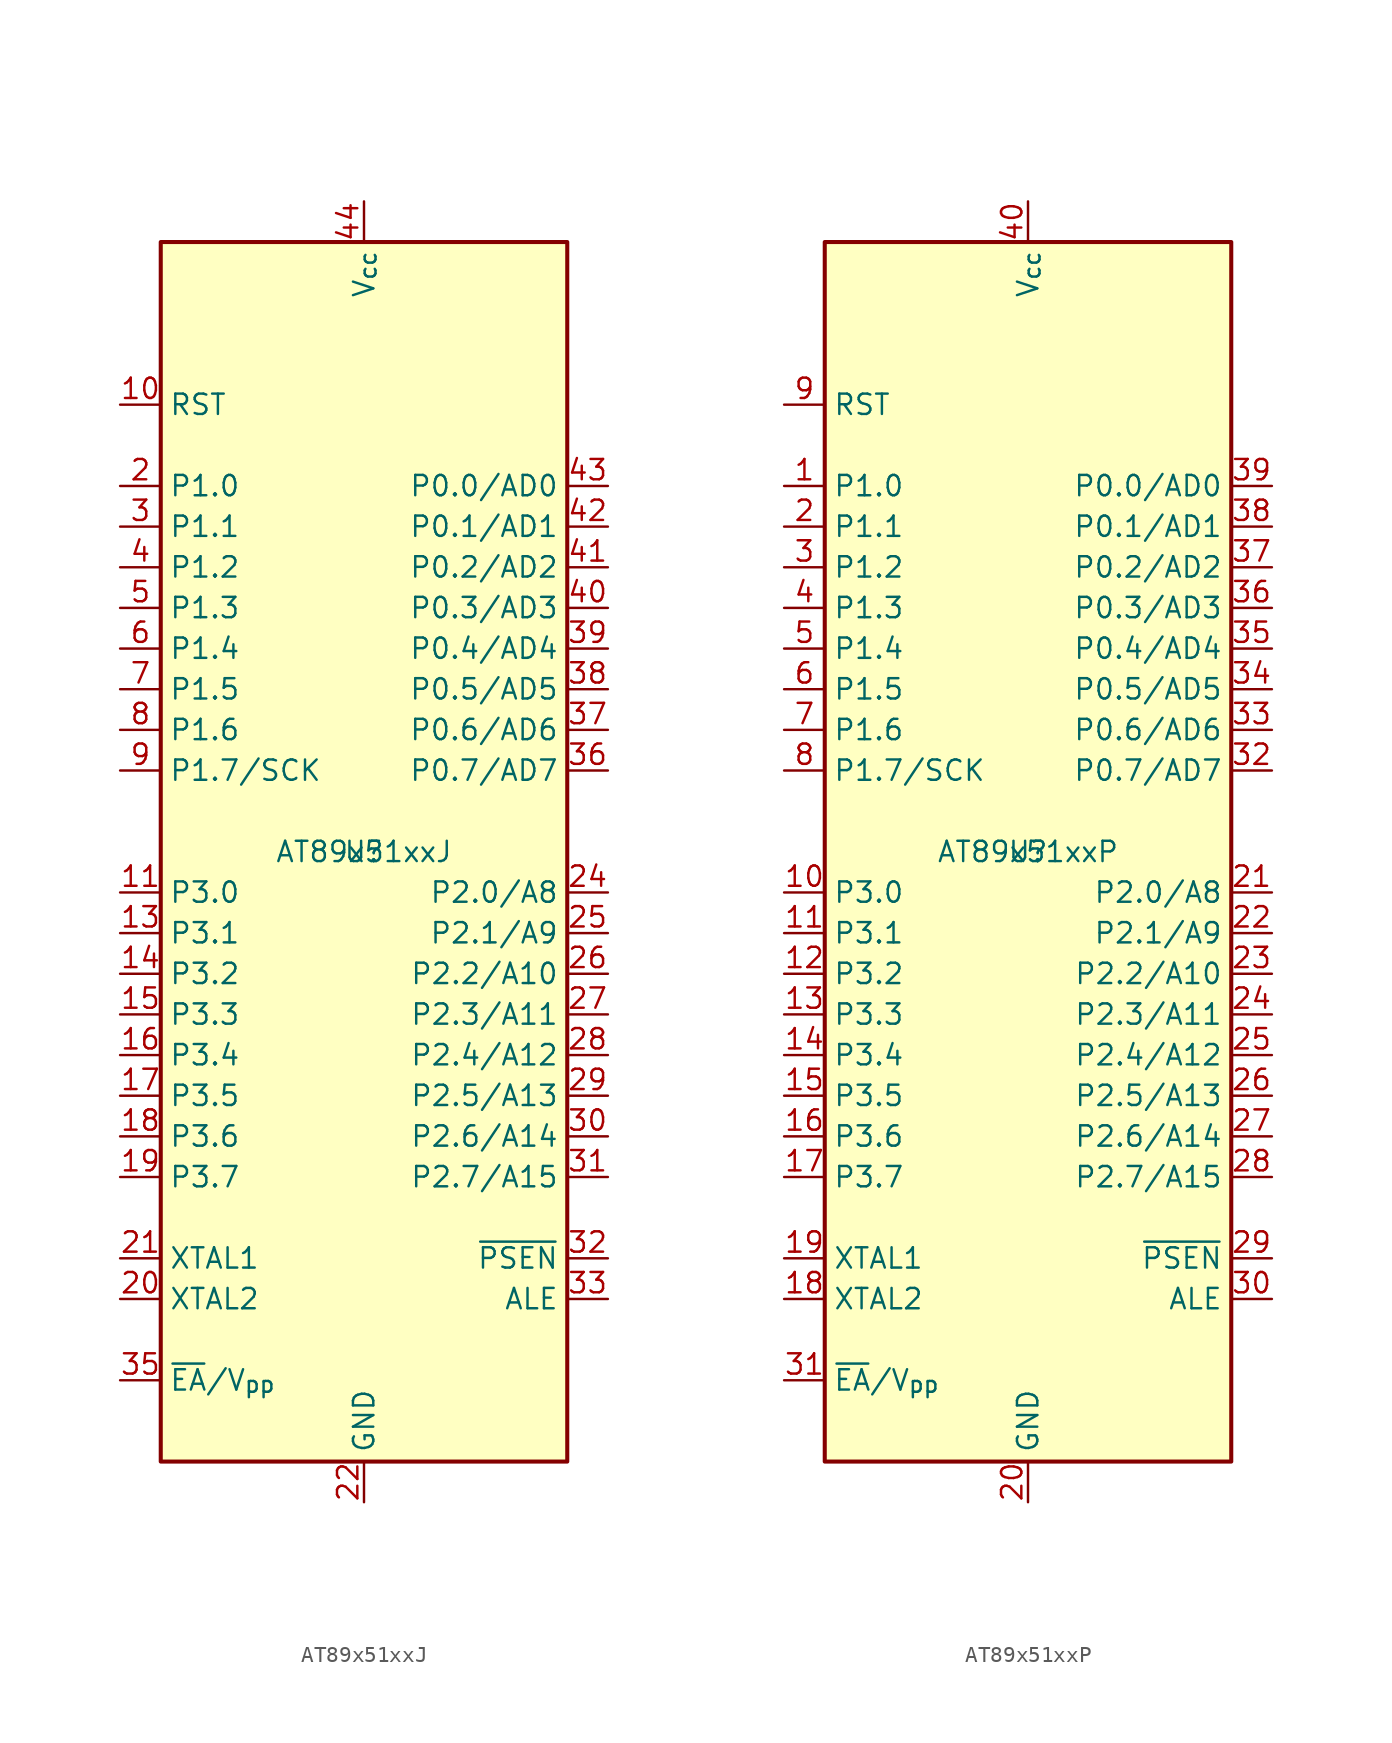
<source format=kicad_sym>
(kicad_symbol_lib
  (version 20231120)
  (generator "kicad_symbol_editor")
  (generator_version "8.0")
  (symbol "AT89x51xxJ"
    (property "Reference" "U"
      (at 0 0 0)
      (effects (font (size 1.27 1.27))))
    (property "Value" "AT89x51xxJ"
      (at 0 0 0)
      (effects (font (size 1.27 1.27))))
    (symbol "AT89x51xxJ_1_0"
      (pin bidirectional line (at -15.24 17.78 0) (length 2.54) (name "P1.2" (effects (font (size 1.27 1.27)))) (number "4" (effects (font (size 1.27 1.27))))))
    (symbol "AT89x51xxJ_1_1"
      (polyline (pts (xy -12.7 38.1) (xy 12.7 38.1) (xy 12.7 -38.1) (xy -12.7 -38.1) (xy -12.7 38.1)) (stroke (width 0.254) (type default)) (fill (type background)))
      (pin no_connect line (at 12.7 35.56 180) (length 2.54) hide (name "NC" (effects (font (size 1.27 1.27)))) (number "1" (effects (font (size 1.27 1.27)))))
      (pin input line (at -15.24 27.94 0) (length 2.54) (name "RST" (effects (font (size 1.27 1.27)))) (number "10" (effects (font (size 1.27 1.27)))))
      (pin bidirectional line (at -15.24 -2.54 0) (length 2.54) (name "P3.0" (effects (font (size 1.27 1.27)))) (number "11" (effects (font (size 1.27 1.27)))) (alternate "RXD" input line))
      (pin no_connect line (at 12.7 33.02 180) (length 2.54) hide (name "NC" (effects (font (size 1.27 1.27)))) (number "12" (effects (font (size 1.27 1.27)))))
      (pin bidirectional line (at -15.24 -5.08 0) (length 2.54) (name "P3.1" (effects (font (size 1.27 1.27)))) (number "13" (effects (font (size 1.27 1.27)))) (alternate "TXD" output line))
      (pin bidirectional line (at -15.24 -7.62 0) (length 2.54) (name "P3.2" (effects (font (size 1.27 1.27)))) (number "14" (effects (font (size 1.27 1.27)))) (alternate "~{INT0}" input line))
      (pin bidirectional line (at -15.24 -10.16 0) (length 2.54) (name "P3.3" (effects (font (size 1.27 1.27)))) (number "15" (effects (font (size 1.27 1.27)))) (alternate "~{INT1}" input line))
      (pin bidirectional line (at -15.24 -12.7 0) (length 2.54) (name "P3.4" (effects (font (size 1.27 1.27)))) (number "16" (effects (font (size 1.27 1.27)))) (alternate "T0" input line))
      (pin bidirectional line (at -15.24 -15.24 0) (length 2.54) (name "P3.5" (effects (font (size 1.27 1.27)))) (number "17" (effects (font (size 1.27 1.27)))) (alternate "T1" input line))
      (pin bidirectional line (at -15.24 -17.78 0) (length 2.54) (name "P3.6" (effects (font (size 1.27 1.27)))) (number "18" (effects (font (size 1.27 1.27)))) (alternate "~{WR}" output line))
      (pin bidirectional line (at -15.24 -20.32 0) (length 2.54) (name "P3.7" (effects (font (size 1.27 1.27)))) (number "19" (effects (font (size 1.27 1.27)))) (alternate "~{RD}" input line))
      (pin bidirectional line (at -15.24 22.86 0) (length 2.54) (name "P1.0" (effects (font (size 1.27 1.27)))) (number "2" (effects (font (size 1.27 1.27)))))
      (pin input line (at -15.24 -27.94 0) (length 2.54) (name "XTAL2" (effects (font (size 1.27 1.27)))) (number "20" (effects (font (size 1.27 1.27)))))
      (pin input line (at -15.24 -25.4 0) (length 2.54) (name "XTAL1" (effects (font (size 1.27 1.27)))) (number "21" (effects (font (size 1.27 1.27)))))
      (pin power_in line (at 0 -40.64 90) (length 2.54) (name "GND" (effects (font (size 1.27 1.27)))) (number "22" (effects (font (size 1.27 1.27)))))
      (pin no_connect line (at 12.7 30.48 180) (length 2.54) hide (name "NC" (effects (font (size 1.27 1.27)))) (number "23" (effects (font (size 1.27 1.27)))))
      (pin bidirectional line (at 15.24 -2.54 180) (length 2.54) (name "P2.0/A8" (effects (font (size 1.27 1.27)))) (number "24" (effects (font (size 1.27 1.27)))))
      (pin bidirectional line (at 15.24 -5.08 180) (length 2.54) (name "P2.1/A9" (effects (font (size 1.27 1.27)))) (number "25" (effects (font (size 1.27 1.27)))))
      (pin bidirectional line (at 15.24 -7.62 180) (length 2.54) (name "P2.2/A10" (effects (font (size 1.27 1.27)))) (number "26" (effects (font (size 1.27 1.27)))))
      (pin bidirectional line (at 15.24 -10.16 180) (length 2.54) (name "P2.3/A11" (effects (font (size 1.27 1.27)))) (number "27" (effects (font (size 1.27 1.27)))))
      (pin bidirectional line (at 15.24 -12.7 180) (length 2.54) (name "P2.4/A12" (effects (font (size 1.27 1.27)))) (number "28" (effects (font (size 1.27 1.27)))))
      (pin bidirectional line (at 15.24 -15.24 180) (length 2.54) (name "P2.5/A13" (effects (font (size 1.27 1.27)))) (number "29" (effects (font (size 1.27 1.27)))))
      (pin bidirectional line (at -15.24 20.32 0) (length 2.54) (name "P1.1" (effects (font (size 1.27 1.27)))) (number "3" (effects (font (size 1.27 1.27)))))
      (pin bidirectional line (at 15.24 -17.78 180) (length 2.54) (name "P2.6/A14" (effects (font (size 1.27 1.27)))) (number "30" (effects (font (size 1.27 1.27)))))
      (pin bidirectional line (at 15.24 -20.32 180) (length 2.54) (name "P2.7/A15" (effects (font (size 1.27 1.27)))) (number "31" (effects (font (size 1.27 1.27)))))
      (pin output line (at 15.24 -25.4 180) (length 2.54) (name "~{PSEN}" (effects (font (size 1.27 1.27)))) (number "32" (effects (font (size 1.27 1.27)))))
      (pin output line (at 15.24 -27.94 180) (length 2.54) (name "ALE" (effects (font (size 1.27 1.27)))) (number "33" (effects (font (size 1.27 1.27)))) (alternate "~{PROG}" input line))
      (pin no_connect line (at 12.7 27.94 180) (length 2.54) hide (name "NC" (effects (font (size 1.27 1.27)))) (number "34" (effects (font (size 1.27 1.27)))))
      (pin input line (at -15.24 -33.02 0) (length 2.54) (name "~{EA}/V_{pp}" (effects (font (size 1.27 1.27)))) (number "35" (effects (font (size 1.27 1.27)))))
      (pin bidirectional line (at 15.24 5.08 180) (length 2.54) (name "P0.7/AD7" (effects (font (size 1.27 1.27)))) (number "36" (effects (font (size 1.27 1.27)))))
      (pin bidirectional line (at 15.24 7.62 180) (length 2.54) (name "P0.6/AD6" (effects (font (size 1.27 1.27)))) (number "37" (effects (font (size 1.27 1.27)))))
      (pin bidirectional line (at 15.24 10.16 180) (length 2.54) (name "P0.5/AD5" (effects (font (size 1.27 1.27)))) (number "38" (effects (font (size 1.27 1.27)))))
      (pin bidirectional line (at 15.24 12.7 180) (length 2.54) (name "P0.4/AD4" (effects (font (size 1.27 1.27)))) (number "39" (effects (font (size 1.27 1.27)))))
      (pin bidirectional line (at 15.24 15.24 180) (length 2.54) (name "P0.3/AD3" (effects (font (size 1.27 1.27)))) (number "40" (effects (font (size 1.27 1.27)))))
      (pin bidirectional line (at 15.24 17.78 180) (length 2.54) (name "P0.2/AD2" (effects (font (size 1.27 1.27)))) (number "41" (effects (font (size 1.27 1.27)))))
      (pin bidirectional line (at 15.24 20.32 180) (length 2.54) (name "P0.1/AD1" (effects (font (size 1.27 1.27)))) (number "42" (effects (font (size 1.27 1.27)))))
      (pin bidirectional line (at 15.24 22.86 180) (length 2.54) (name "P0.0/AD0" (effects (font (size 1.27 1.27)))) (number "43" (effects (font (size 1.27 1.27)))))
      (pin power_in line (at 0 40.64 270) (length 2.54) (name "V_{cc}" (effects (font (size 1.27 1.27)))) (number "44" (effects (font (size 1.27 1.27)))))
      (pin bidirectional line (at -15.24 15.24 0) (length 2.54) (name "P1.3" (effects (font (size 1.27 1.27)))) (number "5" (effects (font (size 1.27 1.27)))))
      (pin bidirectional line (at -15.24 12.7 0) (length 2.54) (name "P1.4" (effects (font (size 1.27 1.27)))) (number "6" (effects (font (size 1.27 1.27)))))
      (pin bidirectional line (at -15.24 10.16 0) (length 2.54) (name "P1.5" (effects (font (size 1.27 1.27)))) (number "7" (effects (font (size 1.27 1.27)))) (alternate "MOSI" output line))
      (pin bidirectional line (at -15.24 7.62 0) (length 2.54) (name "P1.6" (effects (font (size 1.27 1.27)))) (number "8" (effects (font (size 1.27 1.27)))) (alternate "MISO" input line))
      (pin bidirectional line (at -15.24 5.08 0) (length 2.54) (name "P1.7/SCK" (effects (font (size 1.27 1.27)))) (number "9" (effects (font (size 1.27 1.27)))))))
  (symbol "AT89x51xxP"
    (property "Reference" "U"
      (at 0 0 0)
      (effects (font (size 1.27 1.27))))
    (property "Value" "AT89x51xxP"
      (at 0 0 0)
      (effects (font (size 1.27 1.27))))
    (symbol "AT89x51xxP_1_0"
      (pin bidirectional line (at -15.24 17.78 0) (length 2.54) (name "P1.2" (effects (font (size 1.27 1.27)))) (number "3" (effects (font (size 1.27 1.27))))))
    (symbol "AT89x51xxP_1_1"
      (polyline (pts (xy -12.7 38.1) (xy 12.7 38.1) (xy 12.7 -38.1) (xy -12.7 -38.1) (xy -12.7 38.1)) (stroke (width 0.254) (type default)) (fill (type background)))
      (pin bidirectional line (at -15.24 22.86 0) (length 2.54) (name "P1.0" (effects (font (size 1.27 1.27)))) (number "1" (effects (font (size 1.27 1.27)))))
      (pin bidirectional line (at -15.24 -2.54 0) (length 2.54) (name "P3.0" (effects (font (size 1.27 1.27)))) (number "10" (effects (font (size 1.27 1.27)))) (alternate "RXD" input line))
      (pin bidirectional line (at -15.24 -5.08 0) (length 2.54) (name "P3.1" (effects (font (size 1.27 1.27)))) (number "11" (effects (font (size 1.27 1.27)))) (alternate "TXD" output line))
      (pin bidirectional line (at -15.24 -7.62 0) (length 2.54) (name "P3.2" (effects (font (size 1.27 1.27)))) (number "12" (effects (font (size 1.27 1.27)))) (alternate "~{INT0}" input line))
      (pin bidirectional line (at -15.24 -10.16 0) (length 2.54) (name "P3.3" (effects (font (size 1.27 1.27)))) (number "13" (effects (font (size 1.27 1.27)))) (alternate "~{INT1}" input line))
      (pin bidirectional line (at -15.24 -12.7 0) (length 2.54) (name "P3.4" (effects (font (size 1.27 1.27)))) (number "14" (effects (font (size 1.27 1.27)))) (alternate "T0" input line))
      (pin bidirectional line (at -15.24 -15.24 0) (length 2.54) (name "P3.5" (effects (font (size 1.27 1.27)))) (number "15" (effects (font (size 1.27 1.27)))) (alternate "T1" input line))
      (pin bidirectional line (at -15.24 -17.78 0) (length 2.54) (name "P3.6" (effects (font (size 1.27 1.27)))) (number "16" (effects (font (size 1.27 1.27)))) (alternate "~{WR}" output line))
      (pin bidirectional line (at -15.24 -20.32 0) (length 2.54) (name "P3.7" (effects (font (size 1.27 1.27)))) (number "17" (effects (font (size 1.27 1.27)))) (alternate "~{RD}" input line))
      (pin input line (at -15.24 -27.94 0) (length 2.54) (name "XTAL2" (effects (font (size 1.27 1.27)))) (number "18" (effects (font (size 1.27 1.27)))))
      (pin input line (at -15.24 -25.4 0) (length 2.54) (name "XTAL1" (effects (font (size 1.27 1.27)))) (number "19" (effects (font (size 1.27 1.27)))))
      (pin bidirectional line (at -15.24 20.32 0) (length 2.54) (name "P1.1" (effects (font (size 1.27 1.27)))) (number "2" (effects (font (size 1.27 1.27)))))
      (pin power_in line (at 0 -40.64 90) (length 2.54) (name "GND" (effects (font (size 1.27 1.27)))) (number "20" (effects (font (size 1.27 1.27)))))
      (pin bidirectional line (at 15.24 -2.54 180) (length 2.54) (name "P2.0/A8" (effects (font (size 1.27 1.27)))) (number "21" (effects (font (size 1.27 1.27)))))
      (pin bidirectional line (at 15.24 -5.08 180) (length 2.54) (name "P2.1/A9" (effects (font (size 1.27 1.27)))) (number "22" (effects (font (size 1.27 1.27)))))
      (pin bidirectional line (at 15.24 -7.62 180) (length 2.54) (name "P2.2/A10" (effects (font (size 1.27 1.27)))) (number "23" (effects (font (size 1.27 1.27)))))
      (pin bidirectional line (at 15.24 -10.16 180) (length 2.54) (name "P2.3/A11" (effects (font (size 1.27 1.27)))) (number "24" (effects (font (size 1.27 1.27)))))
      (pin bidirectional line (at 15.24 -12.7 180) (length 2.54) (name "P2.4/A12" (effects (font (size 1.27 1.27)))) (number "25" (effects (font (size 1.27 1.27)))))
      (pin bidirectional line (at 15.24 -15.24 180) (length 2.54) (name "P2.5/A13" (effects (font (size 1.27 1.27)))) (number "26" (effects (font (size 1.27 1.27)))))
      (pin bidirectional line (at 15.24 -17.78 180) (length 2.54) (name "P2.6/A14" (effects (font (size 1.27 1.27)))) (number "27" (effects (font (size 1.27 1.27)))))
      (pin bidirectional line (at 15.24 -20.32 180) (length 2.54) (name "P2.7/A15" (effects (font (size 1.27 1.27)))) (number "28" (effects (font (size 1.27 1.27)))))
      (pin output line (at 15.24 -25.4 180) (length 2.54) (name "~{PSEN}" (effects (font (size 1.27 1.27)))) (number "29" (effects (font (size 1.27 1.27)))))
      (pin output line (at 15.24 -27.94 180) (length 2.54) (name "ALE" (effects (font (size 1.27 1.27)))) (number "30" (effects (font (size 1.27 1.27)))) (alternate "~{PROG}" input line))
      (pin input line (at -15.24 -33.02 0) (length 2.54) (name "~{EA}/V_{pp}" (effects (font (size 1.27 1.27)))) (number "31" (effects (font (size 1.27 1.27)))))
      (pin bidirectional line (at 15.24 5.08 180) (length 2.54) (name "P0.7/AD7" (effects (font (size 1.27 1.27)))) (number "32" (effects (font (size 1.27 1.27)))))
      (pin bidirectional line (at 15.24 7.62 180) (length 2.54) (name "P0.6/AD6" (effects (font (size 1.27 1.27)))) (number "33" (effects (font (size 1.27 1.27)))))
      (pin bidirectional line (at 15.24 10.16 180) (length 2.54) (name "P0.5/AD5" (effects (font (size 1.27 1.27)))) (number "34" (effects (font (size 1.27 1.27)))))
      (pin bidirectional line (at 15.24 12.7 180) (length 2.54) (name "P0.4/AD4" (effects (font (size 1.27 1.27)))) (number "35" (effects (font (size 1.27 1.27)))))
      (pin bidirectional line (at 15.24 15.24 180) (length 2.54) (name "P0.3/AD3" (effects (font (size 1.27 1.27)))) (number "36" (effects (font (size 1.27 1.27)))))
      (pin bidirectional line (at 15.24 17.78 180) (length 2.54) (name "P0.2/AD2" (effects (font (size 1.27 1.27)))) (number "37" (effects (font (size 1.27 1.27)))))
      (pin bidirectional line (at 15.24 20.32 180) (length 2.54) (name "P0.1/AD1" (effects (font (size 1.27 1.27)))) (number "38" (effects (font (size 1.27 1.27)))))
      (pin bidirectional line (at 15.24 22.86 180) (length 2.54) (name "P0.0/AD0" (effects (font (size 1.27 1.27)))) (number "39" (effects (font (size 1.27 1.27)))))
      (pin bidirectional line (at -15.24 15.24 0) (length 2.54) (name "P1.3" (effects (font (size 1.27 1.27)))) (number "4" (effects (font (size 1.27 1.27)))))
      (pin power_in line (at 0 40.64 270) (length 2.54) (name "V_{cc}" (effects (font (size 1.27 1.27)))) (number "40" (effects (font (size 1.27 1.27)))))
      (pin bidirectional line (at -15.24 12.7 0) (length 2.54) (name "P1.4" (effects (font (size 1.27 1.27)))) (number "5" (effects (font (size 1.27 1.27)))))
      (pin bidirectional line (at -15.24 10.16 0) (length 2.54) (name "P1.5" (effects (font (size 1.27 1.27)))) (number "6" (effects (font (size 1.27 1.27)))) (alternate "MOSI" output line))
      (pin bidirectional line (at -15.24 7.62 0) (length 2.54) (name "P1.6" (effects (font (size 1.27 1.27)))) (number "7" (effects (font (size 1.27 1.27)))) (alternate "MISO" input line))
      (pin bidirectional line (at -15.24 5.08 0) (length 2.54) (name "P1.7/SCK" (effects (font (size 1.27 1.27)))) (number "8" (effects (font (size 1.27 1.27)))))
      (pin input line (at -15.24 27.94 0) (length 2.54) (name "RST" (effects (font (size 1.27 1.27)))) (number "9" (effects (font (size 1.27 1.27))))))))
</source>
